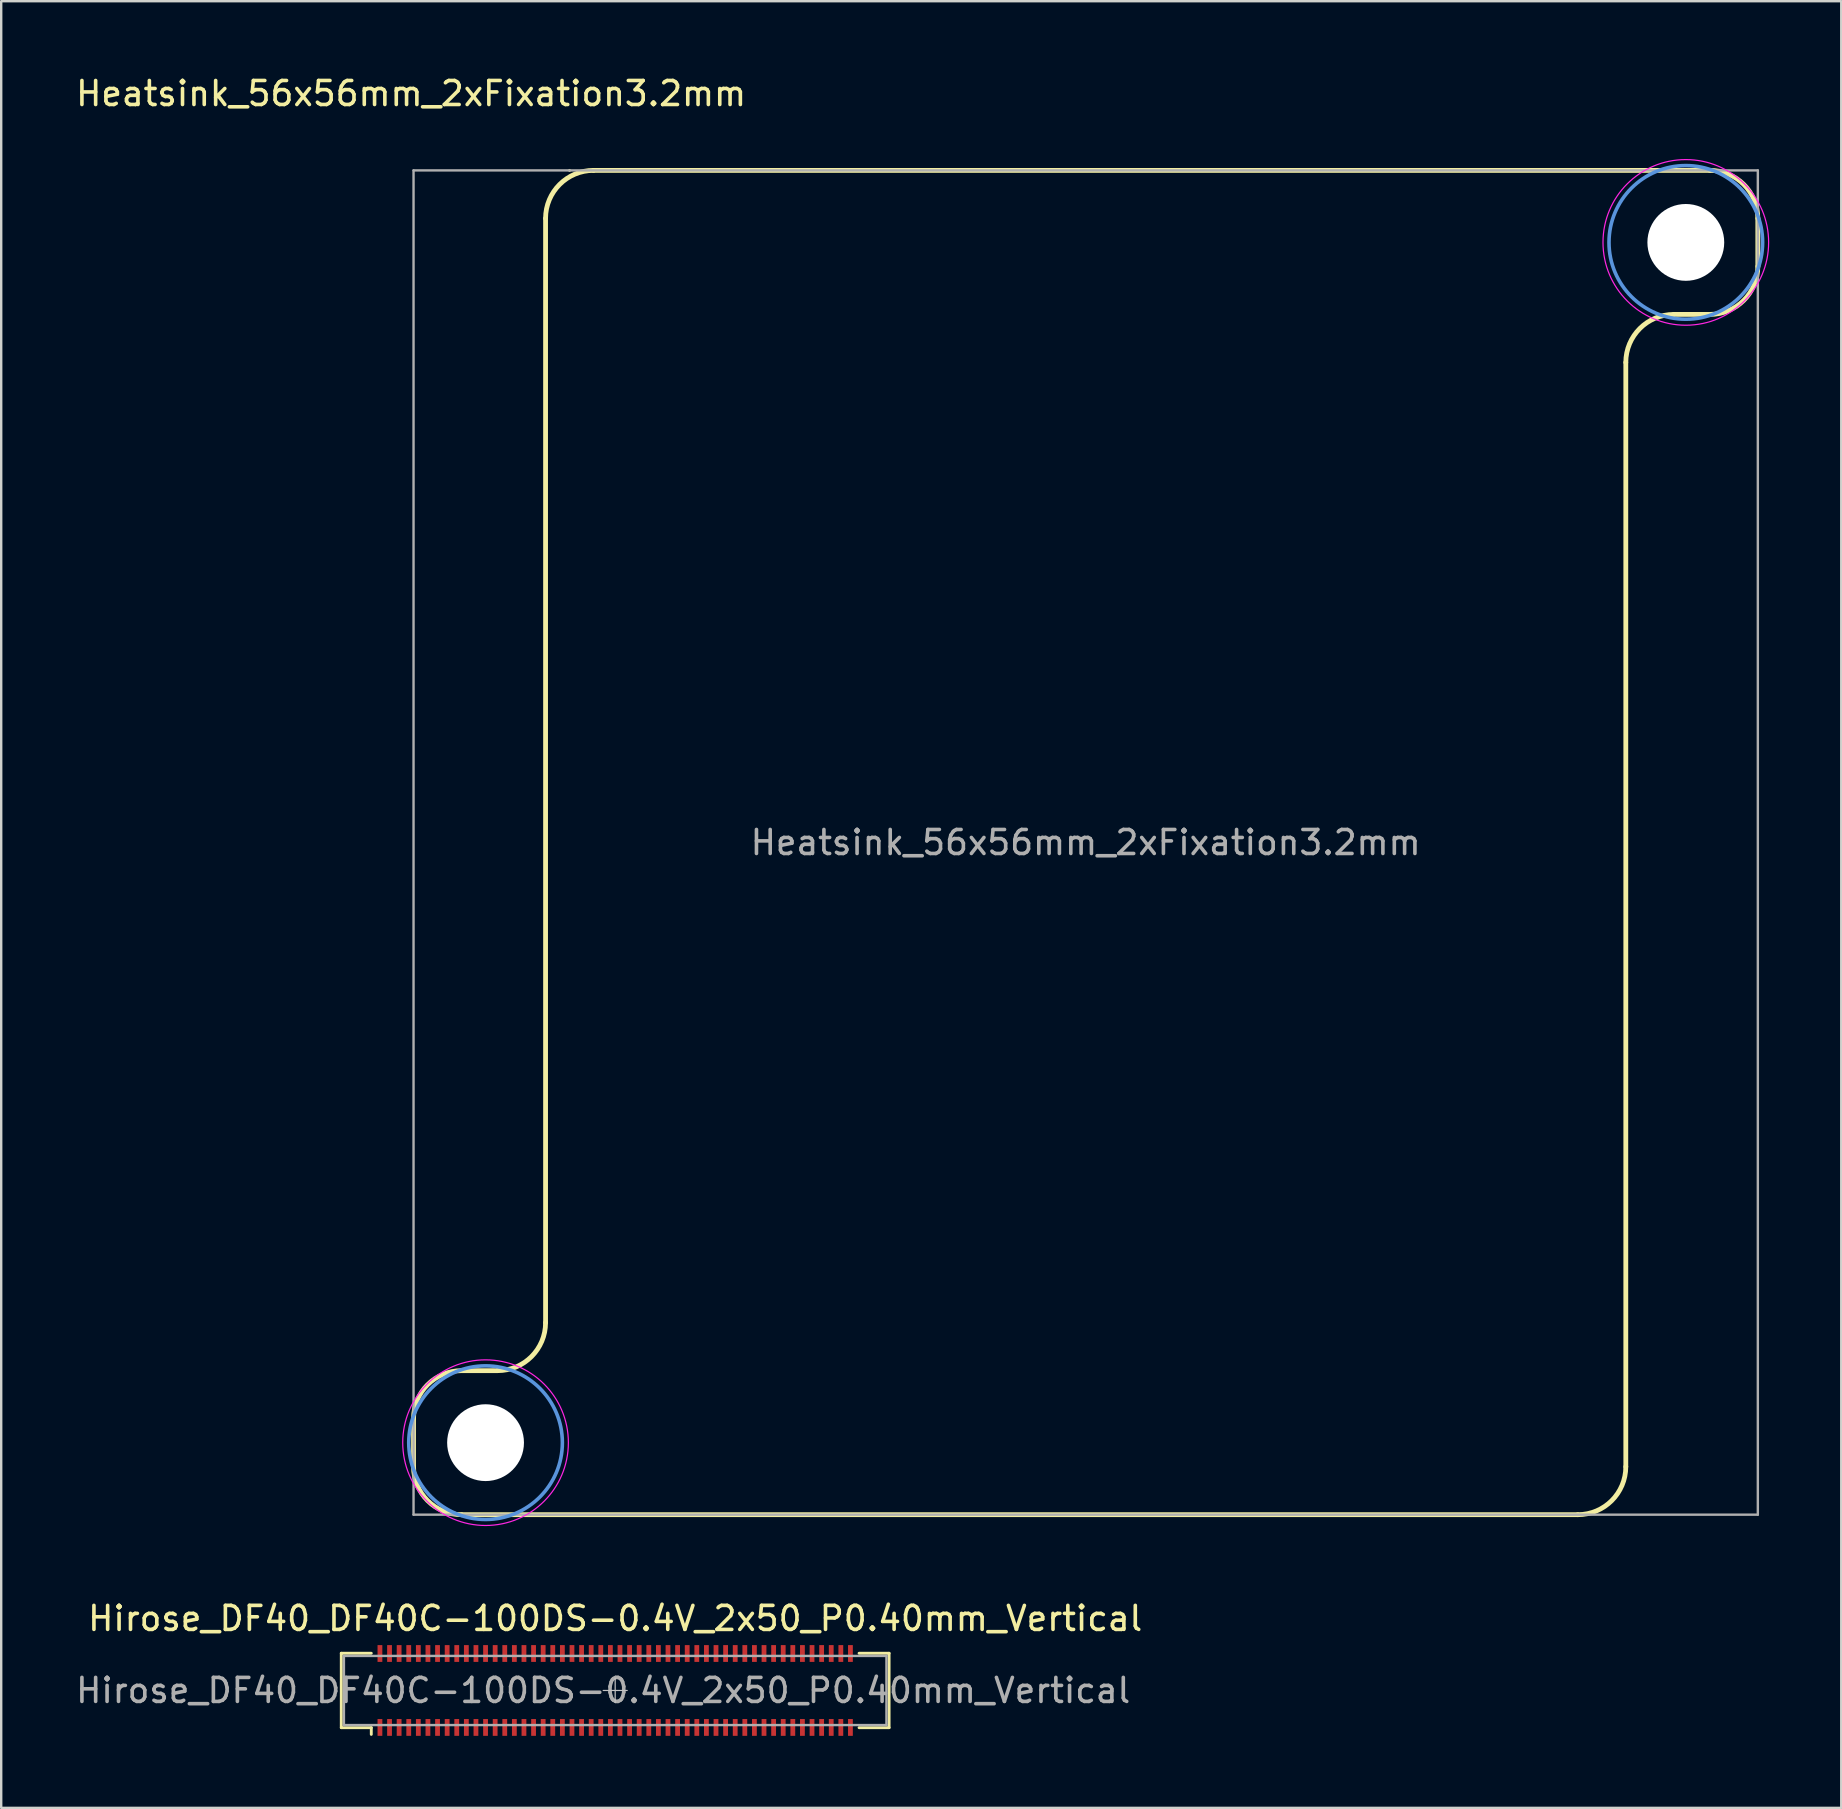
<source format=kicad_pcb>
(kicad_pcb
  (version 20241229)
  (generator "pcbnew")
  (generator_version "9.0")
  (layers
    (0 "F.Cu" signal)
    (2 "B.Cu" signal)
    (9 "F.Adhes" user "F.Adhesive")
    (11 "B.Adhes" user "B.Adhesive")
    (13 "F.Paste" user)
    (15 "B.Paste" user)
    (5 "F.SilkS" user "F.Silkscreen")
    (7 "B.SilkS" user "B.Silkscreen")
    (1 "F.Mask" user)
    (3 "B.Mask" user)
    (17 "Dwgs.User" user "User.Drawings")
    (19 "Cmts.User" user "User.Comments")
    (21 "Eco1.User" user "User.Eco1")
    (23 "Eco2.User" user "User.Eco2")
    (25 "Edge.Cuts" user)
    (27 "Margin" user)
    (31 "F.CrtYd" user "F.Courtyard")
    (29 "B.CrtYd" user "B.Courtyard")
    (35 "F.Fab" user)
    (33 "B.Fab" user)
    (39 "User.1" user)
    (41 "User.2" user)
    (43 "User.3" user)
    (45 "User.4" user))
  (footprint "Heatsink_56x56mm_2xFixation3.2mm"
    (layer "F.Cu")
    (at 42.177 32.048)
    (property "Reference" "Heatsink_56x56mm_2xFixation3.2mm" (at -28.1 -31.2 0) (layer "F.SilkS") (effects (font (size 1 1) (thickness 0.15))))
    (attr through_hole)
    (fp_line (start -28 26) (end -28 24) (stroke (width 0.2) (type solid)) (layer "F.SilkS"))
    (fp_line (start -26 22) (end -24.5 22) (stroke (width 0.2) (type solid)) (layer "F.SilkS"))
    (fp_line (start -22.5 20) (end -22.5 -26) (stroke (width 0.2) (type solid)) (layer "F.SilkS"))
    (fp_line (start -21.5 -28) (end -21.5 -28) (stroke (width 0.12) (type solid)) (layer "F.SilkS"))
    (fp_line (start -20.5 -28) (end 26 -28) (stroke (width 0.2) (type solid)) (layer "F.SilkS"))
    (fp_line (start 20.5 28) (end -26 28) (stroke (width 0.2) (type solid)) (layer "F.SilkS"))
    (fp_line (start 22.5 -20) (end 22.5 26) (stroke (width 0.2) (type solid)) (layer "F.SilkS"))
    (fp_line (start 26 -22) (end 24.5 -22) (stroke (width 0.2) (type solid)) (layer "F.SilkS"))
    (fp_line (start 28 -26) (end 28 -24) (stroke (width 0.2) (type solid)) (layer "F.SilkS"))
    (fp_arc (start -28 24) (mid -27.414214 22.585786) (end -26 22) (stroke (width 0.2) (type solid)) (layer "F.SilkS"))
    (fp_arc (start -26 28) (mid -27.414214 27.414214) (end -28 26) (stroke (width 0.2) (type solid)) (layer "F.SilkS"))
    (fp_arc (start -22.5 -26) (mid -21.914214 -27.414214) (end -20.5 -28) (stroke (width 0.2) (type solid)) (layer "F.SilkS"))
    (fp_arc (start -22.5 20) (mid -23.085786 21.414214) (end -24.5 22) (stroke (width 0.2) (type solid)) (layer "F.SilkS"))
    (fp_arc (start 22.5 -20) (mid 23.085786 -21.414214) (end 24.5 -22) (stroke (width 0.2) (type solid)) (layer "F.SilkS"))
    (fp_arc (start 22.5 26) (mid 21.914214 27.414214) (end 20.5 28) (stroke (width 0.2) (type solid)) (layer "F.SilkS"))
    (fp_arc (start 26 -28) (mid 27.414214 -27.414214) (end 28 -26) (stroke (width 0.2) (type solid)) (layer "F.SilkS"))
    (fp_arc (start 28 -24) (mid 27.414214 -22.585786) (end 26 -22) (stroke (width 0.2) (type solid)) (layer "F.SilkS"))
    (fp_circle (center -25 25) (end -21.8 25) (stroke (width 0.15) (type solid)) (fill no) (layer "Cmts.User"))
    (fp_circle (center 25 -25) (end 28.2 -25) (stroke (width 0.15) (type solid)) (fill no) (layer "Cmts.User"))
    (fp_circle (center -25 25) (end -21.55 25) (stroke (width 0.05) (type solid)) (fill no) (layer "F.CrtYd"))
    (fp_circle (center 25 -25) (end 28.45 -25) (stroke (width 0.05) (type solid)) (fill no) (layer "F.CrtYd"))
    (fp_line (start -28 -28) (end -28 28) (stroke (width 0.1) (type solid)) (layer "F.Fab"))
    (fp_line (start 28 -28) (end -28 -28) (stroke (width 0.1) (type solid)) (layer "F.Fab"))
    (fp_line (start 28 -28) (end 28 28) (stroke (width 0.1) (type solid)) (layer "F.Fab"))
    (fp_line (start 28 28) (end -28 28) (stroke (width 0.1) (type solid)) (layer "F.Fab"))
    (fp_text user "${REFERENCE}" (at 0 0 0) (layer "F.Fab") (effects (font (size 1 1) (thickness 0.15))))
    (pad "" np_thru_hole circle (at -25 25) (size 3.2 3.2) (drill 3.2) (layers "*.Cu" "*.Mask"))
    (pad "" np_thru_hole circle (at 25 -25) (size 3.2 3.2) (drill 3.2) (layers "*.Cu" "*.Mask")))
  (footprint "Hirose_DF40_DF40C-100DS-0.4V_2x50_P0.40mm_Vertical"
    (layer "F.Cu")
    (at 22.577 67.371)
    (property "Reference" "Hirose_DF40_DF40C-100DS-0.4V_2x50_P0.40mm_Vertical" (at 0 -3 0) (layer "F.SilkS") (effects (font (size 1 1) (thickness 0.15))))
    (attr smd)
    (fp_line (start -11.41 -1.55) (end -10.16 -1.55) (stroke (width 0.12) (type solid)) (layer "F.SilkS"))
    (fp_line (start -11.41 1.55) (end -11.41 -1.55) (stroke (width 0.12) (type solid)) (layer "F.SilkS"))
    (fp_line (start -11.41 1.55) (end -10.16 1.55) (stroke (width 0.12) (type solid)) (layer "F.SilkS"))
    (fp_line (start -10.16 1.83) (end -10.16 1.55) (stroke (width 0.12) (type solid)) (layer "F.SilkS"))
    (fp_line (start 10.16 -1.55) (end 11.41 -1.55) (stroke (width 0.12) (type solid)) (layer "F.SilkS"))
    (fp_line (start 10.16 1.55) (end 11.41 1.55) (stroke (width 0.12) (type solid)) (layer "F.SilkS"))
    (fp_line (start 11.41 1.55) (end 11.41 -1.55) (stroke (width 0.12) (type solid)) (layer "F.SilkS"))
    (fp_line (start -0.5 0) (end 0.5 0) (stroke (width 0.05) (type solid)) (layer "Dwgs.User"))
    (fp_line (start 0 0.5) (end 0 -0.5) (stroke (width 0.05) (type solid)) (layer "Dwgs.User"))
    (fp_line (start -11.3 -1.44) (end 11.3 -1.44) (stroke (width 0.1) (type solid)) (layer "F.Fab"))
    (fp_line (start -11.3 1.44) (end -11.3 -1.44) (stroke (width 0.1) (type solid)) (layer "F.Fab"))
    (fp_line (start -11.3 1.44) (end 11.3 1.44) (stroke (width 0.1) (type solid)) (layer "F.Fab"))
    (fp_line (start 11.3 1.44) (end 11.3 -1.44) (stroke (width 0.1) (type solid)) (layer "F.Fab"))
    (fp_text user "${REFERENCE}" (at -0.5 0 180) (layer "F.Fab") (effects (font (size 1 1) (thickness 0.15))))
    (pad "1" smd rect (at -9.8 1.54 180) (size 0.2 0.7) (layers "F.Cu" "F.Mask" "F.Paste"))
    (pad "2" smd rect (at -9.8 -1.54 180) (size 0.2 0.7) (layers "F.Cu" "F.Mask" "F.Paste"))
    (pad "3" smd rect (at -9.4 1.54 180) (size 0.2 0.7) (layers "F.Cu" "F.Mask" "F.Paste"))
    (pad "4" smd rect (at -9.4 -1.54 180) (size 0.2 0.7) (layers "F.Cu" "F.Mask" "F.Paste"))
    (pad "5" smd rect (at -9 1.54 180) (size 0.2 0.7) (layers "F.Cu" "F.Mask" "F.Paste"))
    (pad "6" smd rect (at -9 -1.54 180) (size 0.2 0.7) (layers "F.Cu" "F.Mask" "F.Paste"))
    (pad "7" smd rect (at -8.6 1.54 180) (size 0.2 0.7) (layers "F.Cu" "F.Mask" "F.Paste"))
    (pad "8" smd rect (at -8.6 -1.54 180) (size 0.2 0.7) (layers "F.Cu" "F.Mask" "F.Paste"))
    (pad "9" smd rect (at -8.2 1.54 180) (size 0.2 0.7) (layers "F.Cu" "F.Mask" "F.Paste"))
    (pad "10" smd rect (at -8.2 -1.54 180) (size 0.2 0.7) (layers "F.Cu" "F.Mask" "F.Paste"))
    (pad "11" smd rect (at -7.8 1.54 180) (size 0.2 0.7) (layers "F.Cu" "F.Mask" "F.Paste"))
    (pad "12" smd rect (at -7.8 -1.54 180) (size 0.2 0.7) (layers "F.Cu" "F.Mask" "F.Paste"))
    (pad "13" smd rect (at -7.4 1.54 180) (size 0.2 0.7) (layers "F.Cu" "F.Mask" "F.Paste"))
    (pad "14" smd rect (at -7.4 -1.54 180) (size 0.2 0.7) (layers "F.Cu" "F.Mask" "F.Paste"))
    (pad "15" smd rect (at -7 1.54 180) (size 0.2 0.7) (layers "F.Cu" "F.Mask" "F.Paste"))
    (pad "16" smd rect (at -7 -1.54 180) (size 0.2 0.7) (layers "F.Cu" "F.Mask" "F.Paste"))
    (pad "17" smd rect (at -6.6 1.54 180) (size 0.2 0.7) (layers "F.Cu" "F.Mask" "F.Paste"))
    (pad "18" smd rect (at -6.6 -1.54 180) (size 0.2 0.7) (layers "F.Cu" "F.Mask" "F.Paste"))
    (pad "19" smd rect (at -6.2 1.54 180) (size 0.2 0.7) (layers "F.Cu" "F.Mask" "F.Paste"))
    (pad "20" smd rect (at -6.2 -1.54 180) (size 0.2 0.7) (layers "F.Cu" "F.Mask" "F.Paste"))
    (pad "21" smd rect (at -5.8 1.54 180) (size 0.2 0.7) (layers "F.Cu" "F.Mask" "F.Paste"))
    (pad "22" smd rect (at -5.8 -1.54 180) (size 0.2 0.7) (layers "F.Cu" "F.Mask" "F.Paste"))
    (pad "23" smd rect (at -5.4 1.54 180) (size 0.2 0.7) (layers "F.Cu" "F.Mask" "F.Paste"))
    (pad "24" smd rect (at -5.4 -1.54 180) (size 0.2 0.7) (layers "F.Cu" "F.Mask" "F.Paste"))
    (pad "25" smd rect (at -5 1.54 180) (size 0.2 0.7) (layers "F.Cu" "F.Mask" "F.Paste"))
    (pad "26" smd rect (at -5 -1.54 180) (size 0.2 0.7) (layers "F.Cu" "F.Mask" "F.Paste"))
    (pad "27" smd rect (at -4.6 1.54 180) (size 0.2 0.7) (layers "F.Cu" "F.Mask" "F.Paste"))
    (pad "28" smd rect (at -4.6 -1.54 180) (size 0.2 0.7) (layers "F.Cu" "F.Mask" "F.Paste"))
    (pad "29" smd rect (at -4.2 1.54 180) (size 0.2 0.7) (layers "F.Cu" "F.Mask" "F.Paste"))
    (pad "30" smd rect (at -4.2 -1.54 180) (size 0.2 0.7) (layers "F.Cu" "F.Mask" "F.Paste"))
    (pad "31" smd rect (at -3.8 1.54 180) (size 0.2 0.7) (layers "F.Cu" "F.Mask" "F.Paste"))
    (pad "32" smd rect (at -3.8 -1.54 180) (size 0.2 0.7) (layers "F.Cu" "F.Mask" "F.Paste"))
    (pad "33" smd rect (at -3.4 1.54 180) (size 0.2 0.7) (layers "F.Cu" "F.Mask" "F.Paste"))
    (pad "34" smd rect (at -3.4 -1.54 180) (size 0.2 0.7) (layers "F.Cu" "F.Mask" "F.Paste"))
    (pad "35" smd rect (at -3 1.54 180) (size 0.2 0.7) (layers "F.Cu" "F.Mask" "F.Paste"))
    (pad "36" smd rect (at -3 -1.54 180) (size 0.2 0.7) (layers "F.Cu" "F.Mask" "F.Paste"))
    (pad "37" smd rect (at -2.6 1.54 180) (size 0.2 0.7) (layers "F.Cu" "F.Mask" "F.Paste"))
    (pad "38" smd rect (at -2.6 -1.54 180) (size 0.2 0.7) (layers "F.Cu" "F.Mask" "F.Paste"))
    (pad "39" smd rect (at -2.2 1.54 180) (size 0.2 0.7) (layers "F.Cu" "F.Mask" "F.Paste"))
    (pad "40" smd rect (at -2.2 -1.54 180) (size 0.2 0.7) (layers "F.Cu" "F.Mask" "F.Paste"))
    (pad "41" smd rect (at -1.8 1.54 180) (size 0.2 0.7) (layers "F.Cu" "F.Mask" "F.Paste"))
    (pad "42" smd rect (at -1.8 -1.54 180) (size 0.2 0.7) (layers "F.Cu" "F.Mask" "F.Paste"))
    (pad "43" smd rect (at -1.4 1.54 180) (size 0.2 0.7) (layers "F.Cu" "F.Mask" "F.Paste"))
    (pad "44" smd rect (at -1.4 -1.54 180) (size 0.2 0.7) (layers "F.Cu" "F.Mask" "F.Paste"))
    (pad "45" smd rect (at -1 1.54 180) (size 0.2 0.7) (layers "F.Cu" "F.Mask" "F.Paste"))
    (pad "46" smd rect (at -1 -1.54 180) (size 0.2 0.7) (layers "F.Cu" "F.Mask" "F.Paste"))
    (pad "47" smd rect (at -0.6 1.54 180) (size 0.2 0.7) (layers "F.Cu" "F.Mask" "F.Paste"))
    (pad "48" smd rect (at -0.6 -1.54 180) (size 0.2 0.7) (layers "F.Cu" "F.Mask" "F.Paste"))
    (pad "49" smd rect (at -0.2 1.54 180) (size 0.2 0.7) (layers "F.Cu" "F.Mask" "F.Paste"))
    (pad "50" smd rect (at -0.2 -1.54 180) (size 0.2 0.7) (layers "F.Cu" "F.Mask" "F.Paste"))
    (pad "51" smd rect (at 0.2 1.54 180) (size 0.2 0.7) (layers "F.Cu" "F.Mask" "F.Paste"))
    (pad "52" smd rect (at 0.2 -1.54 180) (size 0.2 0.7) (layers "F.Cu" "F.Mask" "F.Paste"))
    (pad "53" smd rect (at 0.6 1.54 180) (size 0.2 0.7) (layers "F.Cu" "F.Mask" "F.Paste"))
    (pad "54" smd rect (at 0.6 -1.54 180) (size 0.2 0.7) (layers "F.Cu" "F.Mask" "F.Paste"))
    (pad "55" smd rect (at 1 1.54 180) (size 0.2 0.7) (layers "F.Cu" "F.Mask" "F.Paste"))
    (pad "56" smd rect (at 1 -1.54 180) (size 0.2 0.7) (layers "F.Cu" "F.Mask" "F.Paste"))
    (pad "57" smd rect (at 1.4 1.54 180) (size 0.2 0.7) (layers "F.Cu" "F.Mask" "F.Paste"))
    (pad "58" smd rect (at 1.4 -1.54 180) (size 0.2 0.7) (layers "F.Cu" "F.Mask" "F.Paste"))
    (pad "59" smd rect (at 1.8 1.54 180) (size 0.2 0.7) (layers "F.Cu" "F.Mask" "F.Paste"))
    (pad "60" smd rect (at 1.8 -1.54 180) (size 0.2 0.7) (layers "F.Cu" "F.Mask" "F.Paste"))
    (pad "61" smd rect (at 2.2 1.54 180) (size 0.2 0.7) (layers "F.Cu" "F.Mask" "F.Paste"))
    (pad "62" smd rect (at 2.2 -1.54 180) (size 0.2 0.7) (layers "F.Cu" "F.Mask" "F.Paste"))
    (pad "63" smd rect (at 2.6 1.54 180) (size 0.2 0.7) (layers "F.Cu" "F.Mask" "F.Paste"))
    (pad "64" smd rect (at 2.6 -1.54 180) (size 0.2 0.7) (layers "F.Cu" "F.Mask" "F.Paste"))
    (pad "65" smd rect (at 3 1.54 180) (size 0.2 0.7) (layers "F.Cu" "F.Mask" "F.Paste"))
    (pad "66" smd rect (at 3 -1.54 180) (size 0.2 0.7) (layers "F.Cu" "F.Mask" "F.Paste"))
    (pad "67" smd rect (at 3.4 1.54 180) (size 0.2 0.7) (layers "F.Cu" "F.Mask" "F.Paste"))
    (pad "68" smd rect (at 3.4 -1.54 180) (size 0.2 0.7) (layers "F.Cu" "F.Mask" "F.Paste"))
    (pad "69" smd rect (at 3.8 1.54 180) (size 0.2 0.7) (layers "F.Cu" "F.Mask" "F.Paste"))
    (pad "70" smd rect (at 3.8 -1.54 180) (size 0.2 0.7) (layers "F.Cu" "F.Mask" "F.Paste"))
    (pad "71" smd rect (at 4.2 1.54 180) (size 0.2 0.7) (layers "F.Cu" "F.Mask" "F.Paste"))
    (pad "72" smd rect (at 4.2 -1.54 180) (size 0.2 0.7) (layers "F.Cu" "F.Mask" "F.Paste"))
    (pad "73" smd rect (at 4.6 1.54 180) (size 0.2 0.7) (layers "F.Cu" "F.Mask" "F.Paste"))
    (pad "74" smd rect (at 4.6 -1.54 180) (size 0.2 0.7) (layers "F.Cu" "F.Mask" "F.Paste"))
    (pad "75" smd rect (at 5 1.54 180) (size 0.2 0.7) (layers "F.Cu" "F.Mask" "F.Paste"))
    (pad "76" smd rect (at 5 -1.54 180) (size 0.2 0.7) (layers "F.Cu" "F.Mask" "F.Paste"))
    (pad "77" smd rect (at 5.4 1.54 180) (size 0.2 0.7) (layers "F.Cu" "F.Mask" "F.Paste"))
    (pad "78" smd rect (at 5.4 -1.54 180) (size 0.2 0.7) (layers "F.Cu" "F.Mask" "F.Paste"))
    (pad "79" smd rect (at 5.8 1.54 180) (size 0.2 0.7) (layers "F.Cu" "F.Mask" "F.Paste"))
    (pad "80" smd rect (at 5.8 -1.54 180) (size 0.2 0.7) (layers "F.Cu" "F.Mask" "F.Paste"))
    (pad "81" smd rect (at 6.2 1.54 180) (size 0.2 0.7) (layers "F.Cu" "F.Mask" "F.Paste"))
    (pad "82" smd rect (at 6.2 -1.54 180) (size 0.2 0.7) (layers "F.Cu" "F.Mask" "F.Paste"))
    (pad "83" smd rect (at 6.6 1.54 180) (size 0.2 0.7) (layers "F.Cu" "F.Mask" "F.Paste"))
    (pad "84" smd rect (at 6.6 -1.54 180) (size 0.2 0.7) (layers "F.Cu" "F.Mask" "F.Paste"))
    (pad "85" smd rect (at 7 1.54 180) (size 0.2 0.7) (layers "F.Cu" "F.Mask" "F.Paste"))
    (pad "86" smd rect (at 7 -1.54 180) (size 0.2 0.7) (layers "F.Cu" "F.Mask" "F.Paste"))
    (pad "87" smd rect (at 7.4 1.54 180) (size 0.2 0.7) (layers "F.Cu" "F.Mask" "F.Paste"))
    (pad "88" smd rect (at 7.4 -1.54 180) (size 0.2 0.7) (layers "F.Cu" "F.Mask" "F.Paste"))
    (pad "89" smd rect (at 7.8 1.54 180) (size 0.2 0.7) (layers "F.Cu" "F.Mask" "F.Paste"))
    (pad "90" smd rect (at 7.8 -1.54 180) (size 0.2 0.7) (layers "F.Cu" "F.Mask" "F.Paste"))
    (pad "91" smd rect (at 8.2 1.54 180) (size 0.2 0.7) (layers "F.Cu" "F.Mask" "F.Paste"))
    (pad "92" smd rect (at 8.2 -1.54 180) (size 0.2 0.7) (layers "F.Cu" "F.Mask" "F.Paste"))
    (pad "93" smd rect (at 8.6 1.54 180) (size 0.2 0.7) (layers "F.Cu" "F.Mask" "F.Paste"))
    (pad "94" smd rect (at 8.6 -1.54 180) (size 0.2 0.7) (layers "F.Cu" "F.Mask" "F.Paste"))
    (pad "95" smd rect (at 9 1.54 180) (size 0.2 0.7) (layers "F.Cu" "F.Mask" "F.Paste"))
    (pad "96" smd rect (at 9 -1.54 180) (size 0.2 0.7) (layers "F.Cu" "F.Mask" "F.Paste"))
    (pad "97" smd rect (at 9.4 1.54 180) (size 0.2 0.7) (layers "F.Cu" "F.Mask" "F.Paste"))
    (pad "98" smd rect (at 9.4 -1.54 180) (size 0.2 0.7) (layers "F.Cu" "F.Mask" "F.Paste"))
    (pad "99" smd rect (at 9.8 1.54 180) (size 0.2 0.7) (layers "F.Cu" "F.Mask" "F.Paste"))
    (pad "100" smd rect (at 9.8 -1.54 180) (size 0.2 0.7) (layers "F.Cu" "F.Mask" "F.Paste")))
  (gr_rect
    (start -3 -3)
    (end 73.652 72.261)
    (stroke (width 0.1) (type default))
    (fill no)
    (layer "Edge.Cuts")))
</source>
